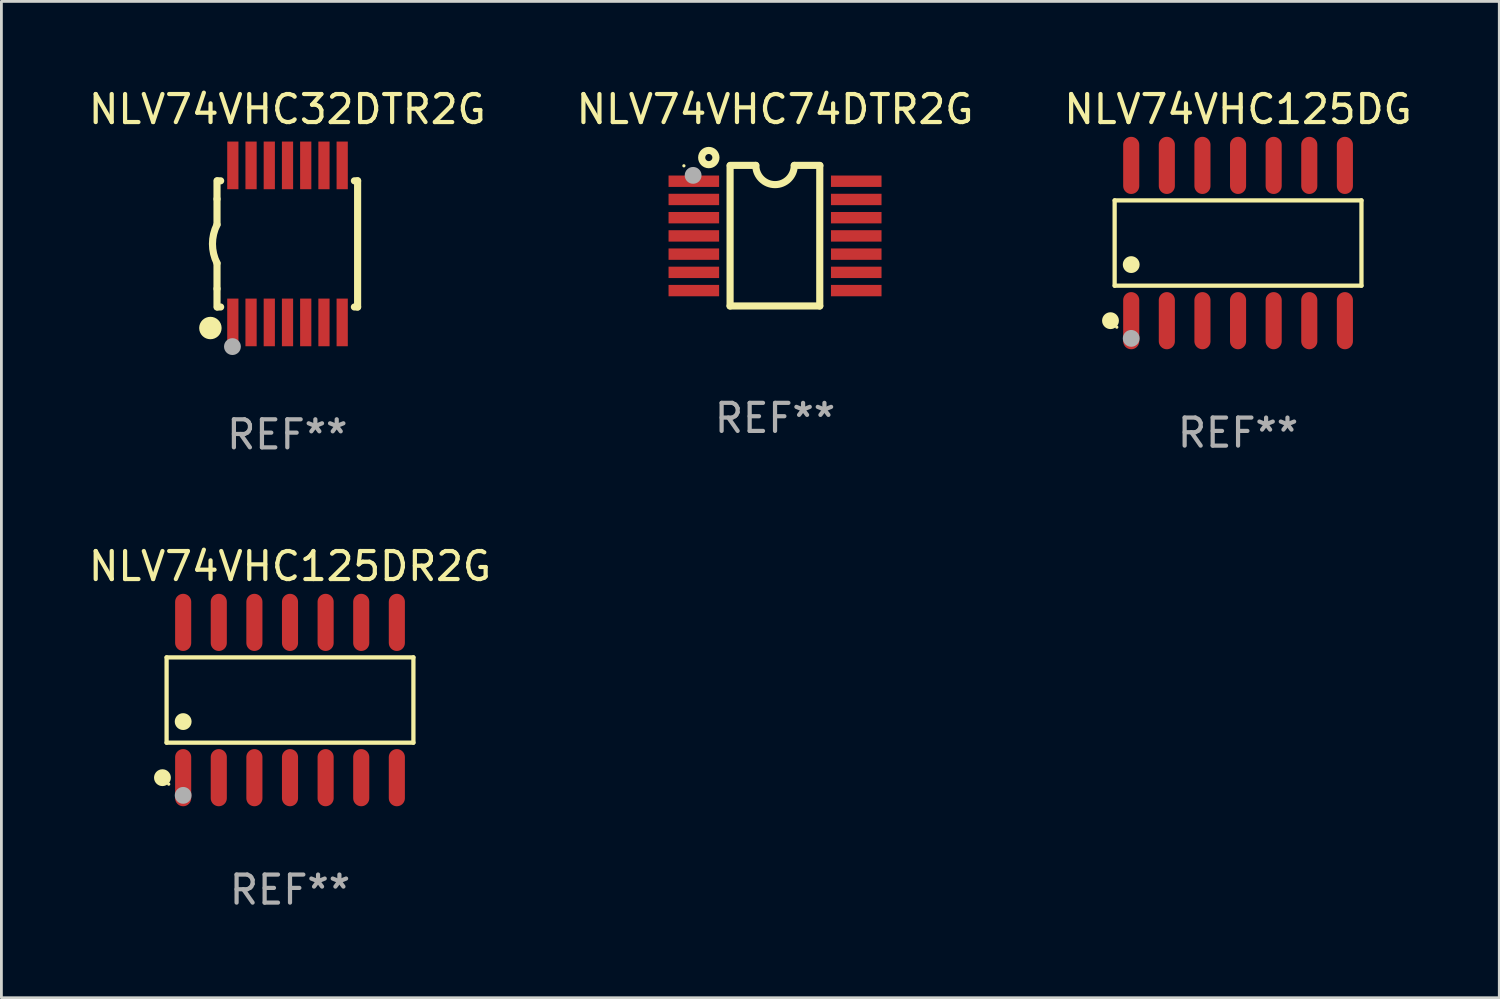
<source format=kicad_pcb>
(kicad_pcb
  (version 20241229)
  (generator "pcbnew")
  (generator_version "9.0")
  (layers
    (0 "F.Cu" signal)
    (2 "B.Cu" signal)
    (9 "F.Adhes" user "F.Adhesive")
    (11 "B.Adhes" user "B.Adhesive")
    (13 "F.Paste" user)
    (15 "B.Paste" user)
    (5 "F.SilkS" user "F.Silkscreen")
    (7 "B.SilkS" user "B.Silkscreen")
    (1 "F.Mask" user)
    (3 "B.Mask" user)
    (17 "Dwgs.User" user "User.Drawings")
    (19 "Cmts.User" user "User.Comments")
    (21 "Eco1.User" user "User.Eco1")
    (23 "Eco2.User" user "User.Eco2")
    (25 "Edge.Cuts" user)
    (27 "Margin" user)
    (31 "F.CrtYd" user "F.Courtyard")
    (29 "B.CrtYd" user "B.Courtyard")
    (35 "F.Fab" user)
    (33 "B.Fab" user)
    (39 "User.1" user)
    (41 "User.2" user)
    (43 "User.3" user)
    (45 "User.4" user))
  (footprint "NLV74VHC32DTR2G"
    (layer "F.Cu")
    (at 7.196 5.648)
    (property "Reference" "NLV74VHC32DTR2G" (at 0 -4.8 0) (layer "F.SilkS") (effects (font (size 1 1) (thickness 0.15))))
    (attr through_hole)
    (fp_line (start -2.507 -1.6) (end -2.507 -2.25) (stroke (width 0.254) (type solid)) (layer "F.SilkS"))
    (fp_line (start -2.507 -0.686) (end -2.507 -1.6) (stroke (width 0.254) (type solid)) (layer "F.SilkS"))
    (fp_line (start -2.507 1.6) (end -2.507 0.686) (stroke (width 0.254) (type solid)) (layer "F.SilkS"))
    (fp_line (start -2.507 1.6) (end -2.507 2.25) (stroke (width 0.254) (type solid)) (layer "F.SilkS"))
    (fp_line (start -2.493 -2.25) (end -2.377 -2.25) (stroke (width 0.254) (type solid)) (layer "F.SilkS"))
    (fp_line (start -2.377 2.25) (end -2.493 2.25) (stroke (width 0.254) (type solid)) (layer "F.SilkS"))
    (fp_line (start 2.392 -2.25) (end 2.507 -2.25) (stroke (width 0.254) (type solid)) (layer "F.SilkS"))
    (fp_line (start 2.507 -2.25) (end 2.507 2.25) (stroke (width 0.254) (type solid)) (layer "F.SilkS"))
    (fp_line (start 2.507 2.25) (end 2.392 2.25) (stroke (width 0.254) (type solid)) (layer "F.SilkS"))
    (fp_arc (start -2.507303 0.685802) (mid -2.669199 0) (end -2.507303 -0.685801) (stroke (width 0.254001) (type solid)) (layer "F.SilkS"))
    (fp_circle (center -2.743 3) (end -2.543 3) (stroke (width 0.4) (type solid)) (fill no) (layer "F.SilkS"))
    (fp_circle (center -2.493 3.2) (end -2.463 3.2) (stroke (width 0.06) (type solid)) (fill no) (layer "F.SilkS"))
    (fp_circle (center -1.957 3.662) (end -1.807 3.662) (stroke (width 0.3) (type solid)) (fill no) (layer "F.Fab"))
    (fp_text user "REF**" (at 0 6.8 0) (layer "F.Fab") (effects (font (size 1 1) (thickness 0.15))))
    (pad "1" smd rect (at -1.943 2.8) (size 0.4 1.7) (layers "F.Cu" "F.Mask" "F.Paste"))
    (pad "2" smd rect (at -1.293 2.8) (size 0.4 1.7) (layers "F.Cu" "F.Mask" "F.Paste"))
    (pad "3" smd rect (at -0.643 2.8) (size 0.4 1.7) (layers "F.Cu" "F.Mask" "F.Paste"))
    (pad "4" smd rect (at 0.007 2.8) (size 0.4 1.7) (layers "F.Cu" "F.Mask" "F.Paste"))
    (pad "5" smd rect (at 0.657 2.8) (size 0.4 1.7) (layers "F.Cu" "F.Mask" "F.Paste"))
    (pad "6" smd rect (at 1.307 2.8) (size 0.4 1.7) (layers "F.Cu" "F.Mask" "F.Paste"))
    (pad "7" smd rect (at 1.957 2.8) (size 0.4 1.7) (layers "F.Cu" "F.Mask" "F.Paste"))
    (pad "8" smd rect (at 1.957 -2.8) (size 0.4 1.7) (layers "F.Cu" "F.Mask" "F.Paste"))
    (pad "9" smd rect (at 1.307 -2.8) (size 0.4 1.7) (layers "F.Cu" "F.Mask" "F.Paste"))
    (pad "10" smd rect (at 0.657 -2.8) (size 0.4 1.7) (layers "F.Cu" "F.Mask" "F.Paste"))
    (pad "11" smd rect (at 0.007 -2.8) (size 0.4 1.7) (layers "F.Cu" "F.Mask" "F.Paste"))
    (pad "12" smd rect (at -0.643 -2.8) (size 0.4 1.7) (layers "F.Cu" "F.Mask" "F.Paste"))
    (pad "13" smd rect (at -1.293 -2.8) (size 0.4 1.7) (layers "F.Cu" "F.Mask" "F.Paste"))
    (pad "14" smd rect (at -1.943 -2.8) (size 0.4 1.7) (layers "F.Cu" "F.Mask" "F.Paste")))
  (footprint "NLV74VHC125DG"
    (layer "F.Cu")
    (at 41.101 5.617)
    (property "Reference" "NLV74VHC125DG" (at 0 -4.769 0) (layer "F.SilkS") (effects (font (size 1 1) (thickness 0.15))))
    (attr through_hole)
    (fp_line (start -4.401 -1.521) (end 4.401 -1.521) (stroke (width 0.152) (type solid)) (layer "F.SilkS"))
    (fp_line (start -4.401 1.521) (end -4.401 -1.521) (stroke (width 0.152) (type solid)) (layer "F.SilkS"))
    (fp_line (start 4.401 -1.521) (end 4.401 1.521) (stroke (width 0.152) (type solid)) (layer "F.SilkS"))
    (fp_line (start 4.401 1.521) (end -4.401 1.521) (stroke (width 0.152) (type solid)) (layer "F.SilkS"))
    (fp_circle (center -4.549 2.769) (end -4.399 2.769) (stroke (width 0.3) (type solid)) (fill no) (layer "F.SilkS"))
    (fp_circle (center -4.325 3) (end -4.295 3) (stroke (width 0.06) (type solid)) (fill no) (layer "F.SilkS"))
    (fp_circle (center -3.81 0.769) (end -3.66 0.769) (stroke (width 0.3) (type solid)) (fill no) (layer "F.SilkS"))
    (fp_circle (center -3.81 3.4) (end -3.66 3.4) (stroke (width 0.3) (type solid)) (fill no) (layer "F.Fab"))
    (fp_text user "REF**" (at 0 6.769 0) (layer "F.Fab") (effects (font (size 1 1) (thickness 0.15))))
    (pad "1" smd oval (at -3.81 2.769) (size 0.574 2.038) (layers "F.Cu" "F.Mask" "F.Paste"))
    (pad "2" smd oval (at -2.54 2.769) (size 0.574 2.038) (layers "F.Cu" "F.Mask" "F.Paste"))
    (pad "3" smd oval (at -1.27 2.769) (size 0.574 2.038) (layers "F.Cu" "F.Mask" "F.Paste"))
    (pad "4" smd oval (at 0 2.769) (size 0.574 2.038) (layers "F.Cu" "F.Mask" "F.Paste"))
    (pad "5" smd oval (at 1.27 2.769) (size 0.574 2.038) (layers "F.Cu" "F.Mask" "F.Paste"))
    (pad "6" smd oval (at 2.54 2.769) (size 0.574 2.038) (layers "F.Cu" "F.Mask" "F.Paste"))
    (pad "7" smd oval (at 3.81 2.769) (size 0.574 2.038) (layers "F.Cu" "F.Mask" "F.Paste"))
    (pad "8" smd oval (at 3.81 -2.769) (size 0.574 2.038) (layers "F.Cu" "F.Mask" "F.Paste"))
    (pad "9" smd oval (at 2.54 -2.769) (size 0.574 2.038) (layers "F.Cu" "F.Mask" "F.Paste"))
    (pad "10" smd oval (at 1.27 -2.769) (size 0.574 2.038) (layers "F.Cu" "F.Mask" "F.Paste"))
    (pad "11" smd oval (at 0 -2.769) (size 0.574 2.038) (layers "F.Cu" "F.Mask" "F.Paste"))
    (pad "12" smd oval (at -1.27 -2.769) (size 0.574 2.038) (layers "F.Cu" "F.Mask" "F.Paste"))
    (pad "13" smd oval (at -2.54 -2.769) (size 0.574 2.038) (layers "F.Cu" "F.Mask" "F.Paste"))
    (pad "14" smd oval (at -3.81 -2.769) (size 0.574 2.038) (layers "F.Cu" "F.Mask" "F.Paste")))
  (footprint "NLV74VHC74DTR2G"
    (layer "F.Cu")
    (at 24.589 5.355)
    (property "Reference" "NLV74VHC74DTR2G" (at 0 -4.507 0) (layer "F.SilkS") (effects (font (size 1 1) (thickness 0.15))))
    (attr through_hole)
    (fp_line (start -1.603 2.507) (end -1.603 -2.494) (stroke (width 0.254) (type solid)) (layer "F.SilkS"))
    (fp_line (start -1.603 2.507) (end 1.595 2.507) (stroke (width 0.254) (type solid)) (layer "F.SilkS"))
    (fp_line (start -1.6 -2.507) (end -0.686 -2.507) (stroke (width 0.254) (type solid)) (layer "F.SilkS"))
    (fp_line (start 0.686 -2.507) (end 1.6 -2.507) (stroke (width 0.254) (type solid)) (layer "F.SilkS"))
    (fp_line (start 1.595 2.507) (end 1.595 -2.494) (stroke (width 0.254) (type solid)) (layer "F.SilkS"))
    (fp_arc (start 0.685852 -2.506998) (mid 0.000051 -1.821197) (end -0.68575 -2.506998) (stroke (width 0.254001) (type solid)) (layer "F.SilkS"))
    (fp_circle (center -3.25 -2.492) (end -3.22 -2.492) (stroke (width 0.06) (type solid)) (fill no) (layer "F.SilkS"))
    (fp_circle (center -2.362 -2.786) (end -2.108 -2.786) (stroke (width 0.254) (type solid)) (fill no) (layer "F.SilkS"))
    (fp_circle (center -2.921 -2.151) (end -2.771 -2.151) (stroke (width 0.3) (type solid)) (fill no) (layer "F.Fab"))
    (fp_text user "REF**" (at 0 6.507 0) (layer "F.Fab") (effects (font (size 1 1) (thickness 0.15))))
    (pad "1" smd rect (at -2.896 -1.942) (size 1.803 0.406) (layers "F.Cu" "F.Mask" "F.Paste"))
    (pad "2" smd rect (at -2.896 -1.292) (size 1.803 0.406) (layers "F.Cu" "F.Mask" "F.Paste"))
    (pad "3" smd rect (at -2.896 -0.642) (size 1.803 0.406) (layers "F.Cu" "F.Mask" "F.Paste"))
    (pad "4" smd rect (at -2.896 0.008) (size 1.803 0.406) (layers "F.Cu" "F.Mask" "F.Paste"))
    (pad "5" smd rect (at -2.896 0.658) (size 1.803 0.406) (layers "F.Cu" "F.Mask" "F.Paste"))
    (pad "6" smd rect (at -2.896 1.308) (size 1.803 0.406) (layers "F.Cu" "F.Mask" "F.Paste"))
    (pad "7" smd rect (at -2.896 1.958) (size 1.803 0.406) (layers "F.Cu" "F.Mask" "F.Paste"))
    (pad "8" smd rect (at 2.896 1.958) (size 1.803 0.406) (layers "F.Cu" "F.Mask" "F.Paste"))
    (pad "9" smd rect (at 2.896 1.308) (size 1.803 0.406) (layers "F.Cu" "F.Mask" "F.Paste"))
    (pad "10" smd rect (at 2.896 0.658) (size 1.803 0.406) (layers "F.Cu" "F.Mask" "F.Paste"))
    (pad "11" smd rect (at 2.896 0.008) (size 1.803 0.406) (layers "F.Cu" "F.Mask" "F.Paste"))
    (pad "12" smd rect (at 2.896 -0.642) (size 1.803 0.406) (layers "F.Cu" "F.Mask" "F.Paste"))
    (pad "13" smd rect (at 2.896 -1.292) (size 1.803 0.406) (layers "F.Cu" "F.Mask" "F.Paste"))
    (pad "14" smd rect (at 2.896 -1.942) (size 1.803 0.406) (layers "F.Cu" "F.Mask" "F.Paste")))
  (footprint "NLV74VHC125DR2G"
    (layer "F.Cu")
    (at 7.292 21.914)
    (property "Reference" "NLV74VHC125DR2G" (at 0 -4.769 0) (layer "F.SilkS") (effects (font (size 1 1) (thickness 0.15))))
    (attr through_hole)
    (fp_line (start -4.401 -1.521) (end 4.401 -1.521) (stroke (width 0.152) (type solid)) (layer "F.SilkS"))
    (fp_line (start -4.401 1.521) (end -4.401 -1.521) (stroke (width 0.152) (type solid)) (layer "F.SilkS"))
    (fp_line (start 4.401 -1.521) (end 4.401 1.521) (stroke (width 0.152) (type solid)) (layer "F.SilkS"))
    (fp_line (start 4.401 1.521) (end -4.401 1.521) (stroke (width 0.152) (type solid)) (layer "F.SilkS"))
    (fp_circle (center -4.549 2.769) (end -4.399 2.769) (stroke (width 0.3) (type solid)) (fill no) (layer "F.SilkS"))
    (fp_circle (center -4.325 3) (end -4.295 3) (stroke (width 0.06) (type solid)) (fill no) (layer "F.SilkS"))
    (fp_circle (center -3.81 0.769) (end -3.66 0.769) (stroke (width 0.3) (type solid)) (fill no) (layer "F.SilkS"))
    (fp_circle (center -3.81 3.4) (end -3.66 3.4) (stroke (width 0.3) (type solid)) (fill no) (layer "F.Fab"))
    (fp_text user "REF**" (at 0 6.769 0) (layer "F.Fab") (effects (font (size 1 1) (thickness 0.15))))
    (pad "1" smd oval (at -3.81 2.769) (size 0.574 2.038) (layers "F.Cu" "F.Mask" "F.Paste"))
    (pad "2" smd oval (at -2.54 2.769) (size 0.574 2.038) (layers "F.Cu" "F.Mask" "F.Paste"))
    (pad "3" smd oval (at -1.27 2.769) (size 0.574 2.038) (layers "F.Cu" "F.Mask" "F.Paste"))
    (pad "4" smd oval (at 0 2.769) (size 0.574 2.038) (layers "F.Cu" "F.Mask" "F.Paste"))
    (pad "5" smd oval (at 1.27 2.769) (size 0.574 2.038) (layers "F.Cu" "F.Mask" "F.Paste"))
    (pad "6" smd oval (at 2.54 2.769) (size 0.574 2.038) (layers "F.Cu" "F.Mask" "F.Paste"))
    (pad "7" smd oval (at 3.81 2.769) (size 0.574 2.038) (layers "F.Cu" "F.Mask" "F.Paste"))
    (pad "8" smd oval (at 3.81 -2.769) (size 0.574 2.038) (layers "F.Cu" "F.Mask" "F.Paste"))
    (pad "9" smd oval (at 2.54 -2.769) (size 0.574 2.038) (layers "F.Cu" "F.Mask" "F.Paste"))
    (pad "10" smd oval (at 1.27 -2.769) (size 0.574 2.038) (layers "F.Cu" "F.Mask" "F.Paste"))
    (pad "11" smd oval (at 0 -2.769) (size 0.574 2.038) (layers "F.Cu" "F.Mask" "F.Paste"))
    (pad "12" smd oval (at -1.27 -2.769) (size 0.574 2.038) (layers "F.Cu" "F.Mask" "F.Paste"))
    (pad "13" smd oval (at -2.54 -2.769) (size 0.574 2.038) (layers "F.Cu" "F.Mask" "F.Paste"))
    (pad "14" smd oval (at -3.81 -2.769) (size 0.574 2.038) (layers "F.Cu" "F.Mask" "F.Paste")))
  (gr_rect
    (start -3 -3)
    (end 50.417 32.531)
    (stroke (width 0.1) (type default))
    (fill no)
    (layer "Edge.Cuts")))
</source>
